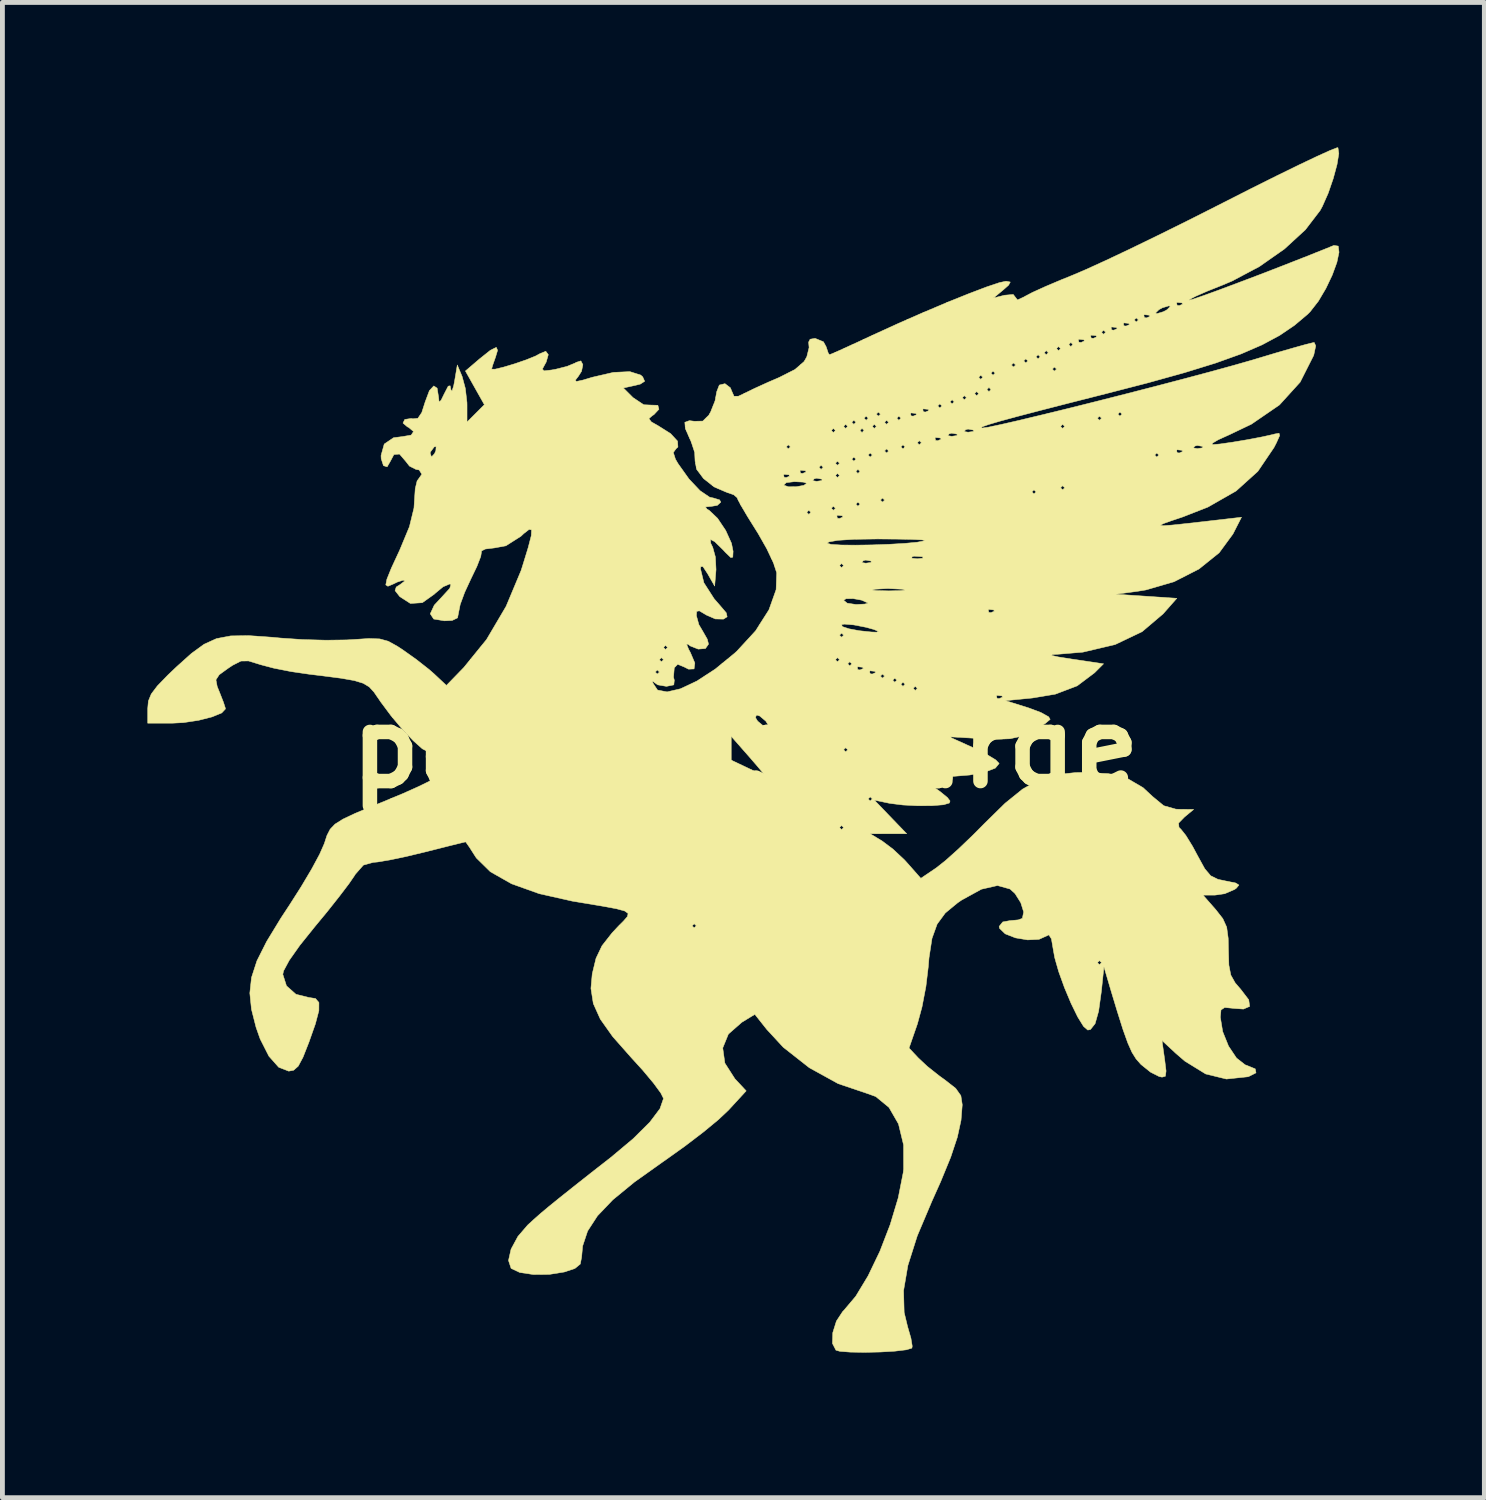
<source format=kicad_pcb>
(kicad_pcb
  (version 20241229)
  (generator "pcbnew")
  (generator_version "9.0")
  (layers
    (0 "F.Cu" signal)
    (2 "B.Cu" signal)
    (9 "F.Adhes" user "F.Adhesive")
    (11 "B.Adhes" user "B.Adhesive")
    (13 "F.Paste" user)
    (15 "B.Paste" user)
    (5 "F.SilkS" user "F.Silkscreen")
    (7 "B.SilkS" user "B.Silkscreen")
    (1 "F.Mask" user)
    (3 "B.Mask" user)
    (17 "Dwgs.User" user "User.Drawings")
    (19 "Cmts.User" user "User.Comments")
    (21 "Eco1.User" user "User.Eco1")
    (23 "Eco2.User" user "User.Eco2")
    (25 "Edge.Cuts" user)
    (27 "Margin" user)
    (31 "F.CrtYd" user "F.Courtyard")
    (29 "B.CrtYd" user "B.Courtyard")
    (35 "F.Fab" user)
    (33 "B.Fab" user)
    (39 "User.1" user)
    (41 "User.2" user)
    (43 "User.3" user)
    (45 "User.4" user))
  (footprint "pegasus_large"
    (layer "F.Cu")
    (at 12.366 12.415)
    (property "Reference" "pegasus_large" (at 0 0 0) (layer "F.SilkS") (effects (font (size 1.524 1.524) (thickness 0.3))))
    (attr through_hole)
    (fp_poly (pts (xy 12.274 -12.291) (xy 12.237 -12.063) (xy 12.159 -11.774) (xy 12.054 -11.469) (xy 11.933 -11.196) (xy 11.888 -11.113) (xy 11.583 -10.714) (xy 11.151 -10.317) (xy 10.632 -9.953) (xy 10.067 -9.653) (xy 9.859 -9.565) (xy 9.548 -9.441) (xy 9.313 -9.338) (xy 9.186 -9.271) (xy 9.174 -9.256) (xy 9.256 -9.276) (xy 9.47 -9.349) (xy 9.787 -9.464) (xy 10.182 -9.612) (xy 10.626 -9.78) (xy 11.094 -9.961) (xy 11.558 -10.143) (xy 11.992 -10.316) (xy 12.171 -10.389) (xy 12.262 -10.375) (xy 12.278 -10.248) (xy 12.234 -10.038) (xy 12.139 -9.778) (xy 12.007 -9.5) (xy 11.851 -9.236) (xy 11.68 -9.017) (xy 11.627 -8.964) (xy 11.355 -8.735) (xy 11.048 -8.527) (xy 10.686 -8.333) (xy 10.252 -8.145) (xy 9.725 -7.956) (xy 9.087 -7.759) (xy 8.318 -7.545) (xy 7.474 -7.327) (xy 6.702 -7.131) (xy 6.084 -6.972) (xy 5.606 -6.847) (xy 5.258 -6.752) (xy 5.028 -6.684) (xy 4.904 -6.64) (xy 4.874 -6.617) (xy 4.897 -6.612) (xy 5.021 -6.629) (xy 5.102 -6.646) (xy 6.519 -6.646) (xy 6.562 -6.604) (xy 6.604 -6.646) (xy 6.562 -6.689) (xy 6.519 -6.646) (xy 5.102 -6.646) (xy 5.286 -6.685) (xy 5.667 -6.772) (xy 5.848 -6.816) (xy 7.281 -6.816) (xy 7.324 -6.773) (xy 7.366 -6.816) (xy 7.324 -6.858) (xy 7.281 -6.816) (xy 5.848 -6.816) (xy 6.141 -6.886) (xy 6.2 -6.9) (xy 7.705 -6.9) (xy 7.747 -6.858) (xy 7.789 -6.9) (xy 7.747 -6.943) (xy 7.705 -6.9) (xy 6.2 -6.9) (xy 6.686 -7.019) (xy 7.277 -7.167) (xy 7.891 -7.323) (xy 8.504 -7.481) (xy 9.094 -7.636) (xy 9.637 -7.781) (xy 10.109 -7.911) (xy 10.487 -8.019) (xy 10.563 -8.042) (xy 10.976 -8.166) (xy 11.333 -8.269) (xy 11.601 -8.344) (xy 11.749 -8.38) (xy 11.765 -8.382) (xy 11.796 -8.312) (xy 11.758 -8.131) (xy 11.75 -8.107) (xy 11.474 -7.561) (xy 11.046 -7.09) (xy 10.466 -6.692) (xy 10.01 -6.474) (xy 9.782 -6.371) (xy 9.656 -6.297) (xy 9.658 -6.269) (xy 9.815 -6.282) (xy 10.079 -6.32) (xy 10.39 -6.372) (xy 10.688 -6.429) (xy 10.913 -6.479) (xy 10.949 -6.489) (xy 11.038 -6.505) (xy 11.05 -6.456) (xy 10.984 -6.308) (xy 10.933 -6.209) (xy 10.599 -5.716) (xy 10.149 -5.31) (xy 9.566 -4.977) (xy 9.044 -4.773) (xy 8.799 -4.691) (xy 8.641 -4.634) (xy 8.584 -4.602) (xy 8.64 -4.592) (xy 8.822 -4.605) (xy 9.143 -4.639) (xy 9.617 -4.693) (xy 9.766 -4.71) (xy 10.261 -4.767) (xy 10.084 -4.42) (xy 9.799 -4.032) (xy 9.381 -3.696) (xy 8.865 -3.433) (xy 8.285 -3.264) (xy 8.107 -3.235) (xy 7.662 -3.175) (xy 8.293 -3.133) (xy 8.923 -3.09) (xy 8.639 -2.768) (xy 8.205 -2.4) (xy 7.647 -2.134) (xy 6.981 -1.977) (xy 6.494 -1.936) (xy 6.347 -1.927) (xy 6.336 -1.909) (xy 6.473 -1.878) (xy 6.768 -1.831) (xy 6.773 -1.831) (xy 7.408 -1.736) (xy 7.222 -1.55) (xy 6.863 -1.28) (xy 6.41 -1.108) (xy 5.938 -1.029) (xy 5.38 -0.974) (xy 5.867 -0.821) (xy 6.114 -0.728) (xy 6.271 -0.641) (xy 6.304 -0.587) (xy 6.203 -0.502) (xy 6.007 -0.382) (xy 5.905 -0.328) (xy 5.691 -0.234) (xy 5.473 -0.186) (xy 5.193 -0.176) (xy 4.884 -0.188) (xy 4.212 -0.227) (xy 4.731 0.008) (xy 4.992 0.138) (xy 5.179 0.252) (xy 5.249 0.325) (xy 5.17 0.421) (xy 4.956 0.503) (xy 4.641 0.564) (xy 4.26 0.595) (xy 4.157 0.597) (xy 3.866 0.603) (xy 3.719 0.619) (xy 3.692 0.654) (xy 3.76 0.715) (xy 3.768 0.72) (xy 4.032 0.91) (xy 4.179 1.03) (xy 4.233 1.101) (xy 4.219 1.143) (xy 4.099 1.179) (xy 3.863 1.198) (xy 3.565 1.2) (xy 3.257 1.184) (xy 2.993 1.151) (xy 2.961 1.145) (xy 2.667 1.083) (xy 3.336 1.778) (xy 2.959 1.778) (xy 2.582 1.779) (xy 2.836 1.934) (xy 3.053 2.097) (xy 3.289 2.318) (xy 3.359 2.395) (xy 3.629 2.701) (xy 3.948 2.485) (xy 4.139 2.334) (xy 4.406 2.095) (xy 4.71 1.804) (xy 4.95 1.562) (xy 5.371 1.149) (xy 5.733 0.856) (xy 6.072 0.666) (xy 6.424 0.557) (xy 6.827 0.514) (xy 7.009 0.51) (xy 7.516 0.539) (xy 7.907 0.639) (xy 8.226 0.826) (xy 8.419 1.006) (xy 8.653 1.199) (xy 8.903 1.27) (xy 8.969 1.273) (xy 9.271 1.276) (xy 9.082 1.433) (xy 8.96 1.558) (xy 8.968 1.646) (xy 9.01 1.688) (xy 9.11 1.813) (xy 9.248 2.037) (xy 9.358 2.242) (xy 9.501 2.502) (xy 9.624 2.648) (xy 9.775 2.722) (xy 9.934 2.756) (xy 10.143 2.798) (xy 10.208 2.84) (xy 10.154 2.905) (xy 10.118 2.931) (xy 9.914 3.019) (xy 9.712 3.048) (xy 9.465 3.048) (xy 9.728 3.347) (xy 9.875 3.535) (xy 9.955 3.711) (xy 9.986 3.942) (xy 9.991 4.185) (xy 10 4.496) (xy 10.04 4.702) (xy 10.131 4.864) (xy 10.244 4.995) (xy 10.411 5.213) (xy 10.43 5.35) (xy 10.301 5.405) (xy 10.107 5.391) (xy 9.914 5.372) (xy 9.837 5.423) (xy 9.823 5.572) (xy 9.872 5.871) (xy 9.993 6.171) (xy 10.158 6.418) (xy 10.338 6.559) (xy 10.366 6.568) (xy 10.546 6.642) (xy 10.561 6.724) (xy 10.41 6.8) (xy 10.393 6.805) (xy 9.949 6.852) (xy 9.52 6.747) (xy 9.09 6.482) (xy 8.901 6.319) (xy 8.616 6.054) (xy 8.672 6.449) (xy 8.701 6.686) (xy 8.687 6.794) (xy 8.618 6.813) (xy 8.558 6.8) (xy 8.38 6.71) (xy 8.185 6.553) (xy 8.177 6.545) (xy 8.081 6.436) (xy 7.996 6.3) (xy 7.91 6.107) (xy 7.811 5.831) (xy 7.688 5.441) (xy 7.566 5.038) (xy 7.416 4.53) (xy 7.363 5.038) (xy 7.306 5.449) (xy 7.233 5.707) (xy 7.138 5.827) (xy 7.082 5.839) (xy 6.994 5.763) (xy 6.872 5.565) (xy 6.735 5.284) (xy 6.599 4.96) (xy 6.481 4.633) (xy 6.427 4.445) (xy 7.281 4.445) (xy 7.324 4.487) (xy 7.366 4.445) (xy 7.324 4.403) (xy 7.281 4.445) (xy 6.427 4.445) (xy 6.398 4.342) (xy 6.371 4.193) (xy 6.33 3.953) (xy 6.277 3.87) (xy 6.237 3.889) (xy 6.073 3.963) (xy 5.838 3.974) (xy 5.586 3.932) (xy 5.374 3.849) (xy 5.257 3.736) (xy 5.249 3.696) (xy 5.323 3.603) (xy 5.465 3.577) (xy 5.646 3.56) (xy 5.729 3.528) (xy 5.756 3.397) (xy 5.696 3.205) (xy 5.577 3.016) (xy 5.474 2.922) (xy 5.215 2.85) (xy 4.882 2.926) (xy 4.472 3.151) (xy 4.388 3.209) (xy 4.135 3.418) (xy 3.966 3.648) (xy 3.86 3.943) (xy 3.798 4.347) (xy 3.783 4.53) (xy 3.734 4.939) (xy 3.653 5.362) (xy 3.559 5.708) (xy 3.559 5.709) (xy 3.385 6.211) (xy 3.577 6.416) (xy 3.763 6.59) (xy 4.014 6.789) (xy 4.128 6.871) (xy 4.35 7.045) (xy 4.457 7.196) (xy 4.485 7.379) (xy 4.485 7.391) (xy 4.46 7.707) (xy 4.384 8.055) (xy 4.247 8.468) (xy 4.039 8.975) (xy 3.859 9.377) (xy 3.555 10.096) (xy 3.361 10.707) (xy 3.272 11.228) (xy 3.284 11.679) (xy 3.355 11.973) (xy 3.424 12.211) (xy 3.451 12.376) (xy 3.444 12.417) (xy 3.329 12.452) (xy 3.094 12.48) (xy 2.79 12.498) (xy 2.465 12.505) (xy 2.169 12.5) (xy 1.953 12.483) (xy 1.873 12.46) (xy 1.801 12.32) (xy 1.808 12.098) (xy 1.883 11.858) (xy 2.014 11.659) (xy 2.033 11.641) (xy 2.283 11.345) (xy 2.538 10.923) (xy 2.782 10.415) (xy 2.995 9.863) (xy 3.162 9.308) (xy 3.264 8.791) (xy 3.273 8.712) (xy 3.272 8.215) (xy 3.167 7.781) (xy 2.97 7.439) (xy 2.696 7.214) (xy 2.518 7.15) (xy 1.918 6.947) (xy 1.322 6.618) (xy 0.784 6.195) (xy 0.443 5.826) (xy 0.196 5.514) (xy -0.073 5.678) (xy -0.351 5.922) (xy -0.468 6.209) (xy -0.424 6.523) (xy -0.216 6.848) (xy -0.193 6.872) (xy 0.017 7.097) (xy -0.349 7.495) (xy -0.559 7.693) (xy -0.872 7.951) (xy -1.248 8.238) (xy -1.647 8.523) (xy -1.709 8.566) (xy -2.296 8.984) (xy -2.742 9.35) (xy -3.059 9.682) (xy -3.263 9.996) (xy -3.366 10.306) (xy -3.387 10.535) (xy -3.414 10.678) (xy -3.526 10.77) (xy -3.745 10.843) (xy -4.057 10.893) (xy -4.384 10.895) (xy -4.666 10.853) (xy -4.844 10.769) (xy -4.845 10.768) (xy -4.899 10.605) (xy -4.846 10.37) (xy -4.704 10.107) (xy -4.502 9.872) (xy -4.37 9.751) (xy -4.232 9.629) (xy -4.066 9.49) (xy -3.85 9.315) (xy -3.563 9.086) (xy -3.183 8.786) (xy -2.776 8.468) (xy -2.317 8.083) (xy -1.977 7.745) (xy -1.766 7.465) (xy -1.693 7.254) (xy -1.749 7.141) (xy -1.899 6.937) (xy -2.121 6.671) (xy -2.365 6.403) (xy -2.744 5.974) (xy -3 5.613) (xy -3.145 5.291) (xy -3.194 4.977) (xy -3.167 4.677) (xy -3.089 4.355) (xy -2.965 4.095) (xy -2.757 3.83) (xy -2.644 3.709) (xy -2.619 3.683) (xy -1.101 3.683) (xy -1.058 3.725) (xy -1.016 3.683) (xy -1.058 3.641) (xy -1.101 3.683) (xy -2.619 3.683) (xy -2.519 3.583) (xy -2.44 3.492) (xy -2.425 3.428) (xy -2.494 3.377) (xy -2.665 3.33) (xy -2.957 3.276) (xy -3.39 3.204) (xy -3.581 3.172) (xy -4.265 3.018) (xy -4.835 2.814) (xy -5.274 2.565) (xy -5.564 2.28) (xy -5.591 2.239) (xy -5.707 2.057) (xy -5.779 1.955) (xy -5.787 1.947) (xy -5.871 1.967) (xy -6.083 2.019) (xy -6.388 2.096) (xy -6.638 2.159) (xy -7.017 2.25) (xy -7.356 2.321) (xy -7.608 2.363) (xy -7.697 2.371) (xy -7.9 2.427) (xy -8.068 2.618) (xy -8.082 2.642) (xy -8.2 2.814) (xy -8.4 3.077) (xy -8.652 3.395) (xy -8.905 3.701) (xy -9.215 4.087) (xy -9.434 4.397) (xy -9.551 4.615) (xy -9.567 4.687) (xy -9.491 4.925) (xy -9.295 5.099) (xy -9.031 5.165) (xy -8.89 5.187) (xy -8.82 5.27) (xy -8.821 5.437) (xy -8.893 5.711) (xy -9.027 6.091) (xy -9.15 6.403) (xy -9.248 6.586) (xy -9.343 6.67) (xy -9.444 6.689) (xy -9.652 6.608) (xy -9.855 6.379) (xy -10.035 6.024) (xy -10.12 5.783) (xy -10.215 5.409) (xy -10.249 5.075) (xy -10.214 4.752) (xy -10.102 4.407) (xy -9.902 4.009) (xy -9.608 3.526) (xy -9.433 3.26) (xy -9.189 2.877) (xy -8.972 2.512) (xy -8.805 2.202) (xy -8.711 1.989) (xy -8.707 1.978) (xy -8.653 1.812) (xy -8.588 1.686) (xy -8.555 1.651) (xy 1.947 1.651) (xy 1.99 1.693) (xy 2.032 1.651) (xy 1.99 1.609) (xy 1.947 1.651) (xy -8.555 1.651) (xy -8.487 1.58) (xy -8.322 1.476) (xy -8.068 1.356) (xy -7.697 1.201) (xy -7.443 1.098) (xy -7.349 1.058) (xy 2.54 1.058) (xy 2.582 1.101) (xy 2.625 1.058) (xy 2.582 1.016) (xy 2.54 1.058) (xy -7.349 1.058) (xy -7.079 0.946) (xy -6.769 0.807) (xy -6.549 0.7) (xy -6.462 0.646) (xy -6.405 0.507) (xy -6.411 0.319) (xy -6.468 0.154) (xy -6.561 0.085) (xy -6.6 0.064) (xy -0.56 0.064) (xy -0.55 0.138) (xy -0.431 0.191) (xy -0.215 0.293) (xy -0.042 0.375) (xy 0.195 0.488) (xy 0.36 0.565) (xy 0.409 0.586) (xy 0.373 0.532) (xy 0.25 0.384) (xy 0.07 0.176) (xy -0.048 0.042) (xy 2.032 0.042) (xy 2.074 0.085) (xy 2.117 0.042) (xy 2.074 0) (xy 2.032 0.042) (xy -0.048 0.042) (xy -0.296 -0.24) (xy -0.466 -0.068) (xy -0.56 0.064) (xy -6.6 0.064) (xy -6.681 0.022) (xy -6.869 -0.146) (xy -7.012 -0.296) (xy 4.064 -0.296) (xy 4.106 -0.254) (xy 4.149 -0.296) (xy 4.106 -0.339) (xy 4.064 -0.296) (xy -7.012 -0.296) (xy -7.097 -0.386) (xy -7.299 -0.626) (xy 0.207 -0.626) (xy 0.254 -0.55) (xy 0.381 -0.444) (xy 0.444 -0.423) (xy 0.47 -0.474) (xy 0.423 -0.55) (xy 0.296 -0.657) (xy 0.233 -0.677) (xy 0.207 -0.626) (xy -7.299 -0.626) (xy -7.332 -0.666) (xy -7.545 -0.952) (xy -7.579 -1.003) (xy -7.627 -1.072) (xy 5.193 -1.072) (xy 5.205 -1.022) (xy 5.249 -1.016) (xy 5.319 -1.047) (xy 5.306 -1.072) (xy 5.205 -1.083) (xy 5.193 -1.072) (xy -7.627 -1.072) (xy -7.681 -1.151) (xy -7.779 -1.258) (xy -7.903 -1.333) (xy -8.086 -1.389) (xy -8.358 -1.437) (xy -8.751 -1.488) (xy -9.017 -1.52) (xy -9.394 -1.575) (xy -9.754 -1.646) (xy -10.026 -1.718) (xy -10.045 -1.724) (xy -10.275 -1.795) (xy -10.432 -1.793) (xy -10.602 -1.707) (xy -10.697 -1.644) (xy -10.882 -1.51) (xy -10.95 -1.405) (xy -10.924 -1.267) (xy -10.875 -1.146) (xy -10.795 -0.942) (xy -10.754 -0.814) (xy -10.753 -0.803) (xy -10.83 -0.72) (xy -11.03 -0.638) (xy -11.309 -0.567) (xy -11.621 -0.52) (xy -11.851 -0.508) (xy -12.361 -0.508) (xy -12.361 -0.81) (xy -12.347 -0.966) (xy -12.288 -1.111) (xy -12.162 -1.278) (xy -11.945 -1.502) (xy -11.76 -1.678) (xy -11.457 -1.95) (xy -11.196 -2.14) (xy -10.939 -2.257) (xy -10.645 -2.313) (xy -10.274 -2.319) (xy -9.788 -2.285) (xy -9.61 -2.268) (xy -9.154 -2.237) (xy -8.673 -2.224) (xy -8.248 -2.23) (xy -8.122 -2.237) (xy -7.788 -2.259) (xy -7.563 -2.251) (xy -7.387 -2.203) (xy -7.202 -2.101) (xy -7.087 -2.026) (xy -6.807 -1.827) (xy -6.541 -1.618) (xy -6.437 -1.527) (xy -6.183 -1.289) (xy -5.914 -1.566) (xy -1.863 -1.566) (xy -1.82 -1.524) (xy -1.778 -1.566) (xy -1.82 -1.609) (xy -1.863 -1.566) (xy -5.914 -1.566) (xy -5.822 -1.661) (xy -5.693 -1.82) (xy -1.778 -1.82) (xy -1.736 -1.778) (xy -1.693 -1.82) (xy -1.736 -1.863) (xy -1.778 -1.82) (xy -5.693 -1.82) (xy -5.487 -2.074) (xy -1.693 -2.074) (xy -1.651 -2.032) (xy -1.609 -2.074) (xy -1.651 -2.117) (xy -1.693 -2.074) (xy -5.487 -2.074) (xy -5.354 -2.237) (xy -4.949 -2.924) (xy -4.639 -3.664) (xy -4.612 -3.749) (xy -4.492 -4.139) (xy -4.428 -4.386) (xy -4.422 -4.506) (xy -4.473 -4.515) (xy -4.583 -4.43) (xy -4.642 -4.374) (xy -4.952 -4.177) (xy -5.189 -4.133) (xy -5.378 -4.11) (xy -5.459 -4.069) (xy -5.457 -4.057) (xy -5.473 -3.955) (xy -5.553 -3.749) (xy -5.672 -3.502) (xy -5.805 -3.215) (xy -5.898 -2.963) (xy -5.927 -2.818) (xy -5.953 -2.686) (xy -6.063 -2.633) (xy -6.223 -2.625) (xy -6.446 -2.662) (xy -6.517 -2.77) (xy -6.435 -2.948) (xy -6.256 -3.141) (xy -6.114 -3.296) (xy -6.089 -3.379) (xy -6.115 -3.387) (xy -6.252 -3.329) (xy -6.421 -3.189) (xy -6.435 -3.175) (xy -6.681 -3) (xy -6.928 -2.984) (xy -7.147 -3.125) (xy -7.245 -3.25) (xy -7.221 -3.324) (xy -7.139 -3.376) (xy -7.044 -3.449) (xy -7.075 -3.466) (xy -7.198 -3.427) (xy -7.287 -3.384) (xy -7.393 -3.34) (xy -7.437 -3.368) (xy -7.414 -3.486) (xy -7.322 -3.715) (xy -7.156 -4.073) (xy -7.147 -4.093) (xy -6.948 -4.572) (xy -6.854 -4.958) (xy -6.844 -5.117) (xy -6.828 -5.358) (xy -6.789 -5.52) (xy -6.766 -5.55) (xy -6.691 -5.657) (xy -6.747 -5.745) (xy -6.813 -5.757) (xy -6.947 -5.825) (xy -7.027 -5.927) (xy -7.153 -6.074) (xy -7.269 -6.064) (xy -7.341 -5.928) (xy -7.409 -5.81) (xy -7.485 -5.834) (xy -7.532 -5.978) (xy -7.535 -6.042) (xy -7.522 -6.091) (xy -6.519 -6.091) (xy -6.492 -6.014) (xy -6.43 -6.081) (xy -6.402 -6.143) (xy -6.396 -6.23) (xy -6.436 -6.222) (xy -6.516 -6.114) (xy -6.519 -6.091) (xy -7.522 -6.091) (xy -7.469 -6.281) (xy -7.276 -6.412) (xy -7.095 -6.435) (xy -6.912 -6.466) (xy -6.863 -6.54) (xy -6.963 -6.625) (xy -6.99 -6.637) (xy -7.081 -6.715) (xy -7.044 -6.79) (xy -6.912 -6.81) (xy -6.877 -6.803) (xy -6.773 -6.814) (xy -6.693 -6.932) (xy -6.622 -7.154) (xy -6.535 -7.386) (xy -6.445 -7.483) (xy -6.375 -7.437) (xy -6.346 -7.255) (xy -6.335 -7.151) (xy -6.294 -7.185) (xy -6.226 -7.324) (xy -6.146 -7.478) (xy -6.106 -7.486) (xy -6.091 -7.408) (xy -6.068 -7.375) (xy -6.033 -7.485) (xy -6.015 -7.578) (xy -5.958 -7.916) (xy -5.858 -7.678) (xy -5.792 -7.433) (xy -5.758 -7.139) (xy -5.757 -7.088) (xy -5.757 -6.736) (xy -5.398 -7.095) (xy -5.594 -7.443) (xy -5.79 -7.792) (xy -5.499 -8.041) (xy -5.272 -8.222) (xy -5.151 -8.281) (xy -5.125 -8.22) (xy -5.167 -8.08) (xy -5.227 -7.91) (xy -5.249 -7.831) (xy -5.179 -7.829) (xy -5.001 -7.872) (xy -4.768 -7.942) (xy -4.53 -8.024) (xy -4.338 -8.102) (xy -4.252 -8.149) (xy -4.128 -8.2) (xy -4.076 -8.13) (xy -4.12 -7.976) (xy -4.138 -7.944) (xy -4.198 -7.833) (xy -4.165 -7.795) (xy -4.007 -7.813) (xy -3.923 -7.828) (xy -3.687 -7.888) (xy -3.52 -7.957) (xy -3.501 -7.97) (xy -3.402 -8.001) (xy -3.361 -7.923) (xy -3.388 -7.787) (xy -3.453 -7.684) (xy -3.517 -7.601) (xy -3.495 -7.575) (xy -3.36 -7.604) (xy -3.167 -7.662) (xy -2.731 -7.763) (xy -2.389 -7.779) (xy -2.165 -7.708) (xy -2.123 -7.67) (xy -2.083 -7.579) (xy -2.173 -7.521) (xy -2.273 -7.496) (xy -2.523 -7.441) (xy -2.323 -7.241) (xy -2.102 -7.094) (xy -1.951 -7.087) (xy -1.81 -7.083) (xy -1.788 -7) (xy -1.892 -6.889) (xy -1.92 -6.872) (xy -1.995 -6.808) (xy -1.946 -6.74) (xy -1.808 -6.662) (xy -1.546 -6.497) (xy -1.403 -6.342) (xy -1.395 -6.22) (xy -1.433 -6.185) (xy -1.49 -6.106) (xy -1.446 -5.968) (xy -1.391 -5.874) (xy -1.165 -5.557) (xy -0.937 -5.316) (xy -0.739 -5.182) (xy -0.661 -5.165) (xy -0.533 -5.126) (xy -0.508 -5.08) (xy -0.58 -5.013) (xy -0.699 -4.993) (xy -0.825 -4.981) (xy -0.795 -4.937) (xy -0.747 -4.908) (xy -0.575 -4.745) (xy -0.407 -4.494) (xy -0.287 -4.229) (xy -0.254 -4.063) (xy -0.26 -3.942) (xy -0.301 -3.933) (xy -0.413 -4.041) (xy -0.462 -4.094) (xy -0.635 -4.263) (xy -0.723 -4.309) (xy -0.716 -4.229) (xy -0.675 -4.145) (xy -0.62 -3.945) (xy -0.607 -3.686) (xy -0.609 -3.658) (xy -0.635 -3.344) (xy -0.78 -3.598) (xy -0.878 -3.747) (xy -0.922 -3.746) (xy -0.928 -3.699) (xy -0.858 -3.412) (xy -0.645 -3.08) (xy -0.527 -2.945) (xy -0.395 -2.79) (xy -0.377 -2.708) (xy -0.453 -2.66) (xy -0.621 -2.664) (xy -0.805 -2.744) (xy -0.953 -2.832) (xy -1.007 -2.82) (xy -1.013 -2.732) (xy -0.962 -2.547) (xy -0.886 -2.418) (xy -0.788 -2.246) (xy -0.762 -2.143) (xy -0.826 -2.052) (xy -0.975 -2.04) (xy -1.141 -2.106) (xy -1.18 -2.138) (xy -1.217 -2.144) (xy -1.172 -2.033) (xy -1.138 -1.971) (xy -1.045 -1.752) (xy -1.061 -1.63) (xy -1.175 -1.625) (xy -1.266 -1.671) (xy -1.4 -1.726) (xy -1.469 -1.654) (xy -1.471 -1.647) (xy -1.486 -1.46) (xy -1.47 -1.397) (xy -1.48 -1.3) (xy -1.63 -1.27) (xy -1.635 -1.27) (xy -1.813 -1.301) (xy -1.892 -1.357) (xy -1.919 -1.378) (xy -1.915 -1.342) (xy -1.817 -1.193) (xy -1.619 -1.155) (xy -1.34 -1.22) (xy -1.324 -1.228) (xy 3.471 -1.228) (xy 3.514 -1.185) (xy 3.556 -1.228) (xy 3.514 -1.27) (xy 3.471 -1.228) (xy -1.324 -1.228) (xy -1.145 -1.312) (xy 3.217 -1.312) (xy 3.26 -1.27) (xy 3.302 -1.312) (xy 3.26 -1.355) (xy 3.217 -1.312) (xy -1.145 -1.312) (xy -1 -1.381) (xy -0.975 -1.397) (xy 3.048 -1.397) (xy 3.09 -1.355) (xy 3.133 -1.397) (xy 3.09 -1.439) (xy 3.048 -1.397) (xy -0.975 -1.397) (xy -0.845 -1.482) (xy 2.794 -1.482) (xy 2.836 -1.439) (xy 2.879 -1.482) (xy 2.836 -1.524) (xy 2.794 -1.482) (xy -0.845 -1.482) (xy -0.694 -1.58) (xy 2.568 -1.58) (xy 2.58 -1.53) (xy 2.625 -1.524) (xy 2.694 -1.555) (xy 2.681 -1.58) (xy 2.581 -1.591) (xy 2.568 -1.58) (xy -0.694 -1.58) (xy -0.62 -1.629) (xy -0.576 -1.665) (xy 2.314 -1.665) (xy 2.326 -1.615) (xy 2.371 -1.609) (xy 2.44 -1.64) (xy 2.427 -1.665) (xy 2.327 -1.675) (xy 2.314 -1.665) (xy -0.576 -1.665) (xy -0.49 -1.736) (xy 2.117 -1.736) (xy 2.159 -1.693) (xy 2.201 -1.736) (xy 2.159 -1.778) (xy 2.117 -1.736) (xy -0.49 -1.736) (xy -0.386 -1.82) (xy 1.863 -1.82) (xy 1.905 -1.778) (xy 1.947 -1.82) (xy 1.905 -1.863) (xy 1.863 -1.82) (xy -0.386 -1.82) (xy -0.22 -1.957) (xy -0.176 -1.997) (xy 0.129 -2.328) (xy 1.947 -2.328) (xy 1.99 -2.286) (xy 2.032 -2.328) (xy 1.99 -2.371) (xy 1.947 -2.328) (xy 0.129 -2.328) (xy 0.213 -2.42) (xy 0.293 -2.547) (xy 1.99 -2.547) (xy 2.005 -2.506) (xy 2.143 -2.46) (xy 2.358 -2.42) (xy 2.605 -2.394) (xy 2.709 -2.39) (xy 2.756 -2.405) (xy 2.659 -2.446) (xy 2.498 -2.491) (xy 2.24 -2.541) (xy 2.048 -2.557) (xy 1.99 -2.547) (xy 0.293 -2.547) (xy 0.486 -2.85) (xy 5.024 -2.85) (xy 5.035 -2.8) (xy 5.08 -2.794) (xy 5.15 -2.825) (xy 5.136 -2.85) (xy 5.036 -2.861) (xy 5.024 -2.85) (xy 0.486 -2.85) (xy 0.488 -2.854) (xy 0.558 -3.05) (xy 2.032 -3.05) (xy 2.106 -2.99) (xy 2.285 -2.963) (xy 2.3 -2.963) (xy 2.473 -2.972) (xy 2.535 -2.991) (xy 2.533 -2.994) (xy 2.406 -3.052) (xy 2.231 -3.084) (xy 2.083 -3.083) (xy 2.032 -3.05) (xy 0.558 -3.05) (xy 0.633 -3.262) (xy 2.624 -3.262) (xy 2.711 -3.25) (xy 2.929 -3.245) (xy 2.963 -3.244) (xy 3.196 -3.249) (xy 3.3 -3.26) (xy 3.255 -3.276) (xy 3.239 -3.279) (xy 2.942 -3.293) (xy 2.688 -3.279) (xy 2.624 -3.262) (xy 0.633 -3.262) (xy 0.636 -3.271) (xy 0.648 -3.618) (xy 0.599 -3.768) (xy 1.947 -3.768) (xy 1.99 -3.725) (xy 2.032 -3.768) (xy 1.99 -3.81) (xy 1.947 -3.768) (xy 0.599 -3.768) (xy 0.581 -3.825) (xy 0.578 -3.83) (xy 2.407 -3.83) (xy 2.491 -3.817) (xy 2.6 -3.832) (xy 2.602 -3.861) (xy 2.488 -3.881) (xy 2.439 -3.868) (xy 2.407 -3.83) (xy 0.578 -3.83) (xy 0.535 -3.92) (xy 3.44 -3.92) (xy 3.556 -3.908) (xy 3.676 -3.921) (xy 3.662 -3.951) (xy 3.488 -3.962) (xy 3.45 -3.951) (xy 3.44 -3.92) (xy 0.535 -3.92) (xy 0.443 -4.115) (xy 0.378 -4.23) (xy 1.693 -4.23) (xy 1.771 -4.206) (xy 1.978 -4.193) (xy 2.274 -4.19) (xy 2.62 -4.195) (xy 2.976 -4.208) (xy 3.301 -4.227) (xy 3.557 -4.251) (xy 3.703 -4.279) (xy 3.718 -4.287) (xy 3.653 -4.299) (xy 3.45 -4.309) (xy 3.139 -4.315) (xy 2.752 -4.318) (xy 2.723 -4.318) (xy 2.248 -4.311) (xy 1.912 -4.29) (xy 1.727 -4.257) (xy 1.693 -4.23) (xy 0.378 -4.23) (xy 0.262 -4.434) (xy 0.216 -4.507) (xy 0.04 -4.789) (xy 0.035 -4.798) (xy 1.891 -4.798) (xy 1.903 -4.747) (xy 1.947 -4.741) (xy 2.017 -4.772) (xy 2.004 -4.798) (xy 1.903 -4.808) (xy 1.891 -4.798) (xy 0.035 -4.798) (xy -0.006 -4.868) (xy 1.27 -4.868) (xy 1.312 -4.826) (xy 1.355 -4.868) (xy 1.312 -4.911) (xy 1.27 -4.868) (xy -0.006 -4.868) (xy -0.056 -4.953) (xy 1.778 -4.953) (xy 1.82 -4.911) (xy 1.863 -4.953) (xy 1.82 -4.995) (xy 1.778 -4.953) (xy -0.056 -4.953) (xy -0.094 -5.016) (xy -0.105 -5.038) (xy 2.286 -5.038) (xy 2.328 -4.995) (xy 2.371 -5.038) (xy 2.328 -5.08) (xy 2.286 -5.038) (xy -0.105 -5.038) (xy -0.149 -5.122) (xy 2.794 -5.122) (xy 2.836 -5.08) (xy 2.879 -5.122) (xy 2.836 -5.165) (xy 2.794 -5.122) (xy -0.149 -5.122) (xy -0.164 -5.152) (xy -0.169 -5.17) (xy -0.241 -5.232) (xy -0.402 -5.289) (xy -0.409 -5.292) (xy 5.927 -5.292) (xy 5.969 -5.249) (xy 6.011 -5.292) (xy 5.969 -5.334) (xy 5.927 -5.292) (xy -0.409 -5.292) (xy -0.603 -5.376) (xy 6.519 -5.376) (xy 6.562 -5.334) (xy 6.604 -5.376) (xy 6.562 -5.419) (xy 6.519 -5.376) (xy -0.603 -5.376) (xy -0.648 -5.396) (xy -0.696 -5.434) (xy 0.795 -5.434) (xy 0.797 -5.43) (xy 0.892 -5.397) (xy 1.057 -5.399) (xy 1.21 -5.427) (xy 1.27 -5.471) (xy 1.196 -5.494) (xy 1.018 -5.503) (xy 1.011 -5.503) (xy 0.846 -5.483) (xy 0.795 -5.434) (xy -0.696 -5.434) (xy -0.809 -5.524) (xy 1.391 -5.524) (xy 1.475 -5.51) (xy 1.584 -5.526) (xy 1.586 -5.554) (xy 1.472 -5.575) (xy 1.423 -5.561) (xy 1.391 -5.524) (xy -0.809 -5.524) (xy -0.865 -5.567) (xy -0.922 -5.644) (xy 0.79 -5.644) (xy 0.802 -5.594) (xy 0.847 -5.588) (xy 0.916 -5.619) (xy 0.91 -5.63) (xy 1.863 -5.63) (xy 1.905 -5.588) (xy 1.947 -5.63) (xy 1.905 -5.673) (xy 1.863 -5.63) (xy 0.91 -5.63) (xy 0.903 -5.644) (xy 0.803 -5.655) (xy 0.79 -5.644) (xy -0.922 -5.644) (xy -0.986 -5.729) (xy 1.129 -5.729) (xy 1.141 -5.679) (xy 1.185 -5.673) (xy 1.255 -5.704) (xy 1.249 -5.715) (xy 2.286 -5.715) (xy 2.328 -5.673) (xy 2.371 -5.715) (xy 2.328 -5.757) (xy 2.286 -5.715) (xy 1.249 -5.715) (xy 1.242 -5.729) (xy 1.141 -5.739) (xy 1.129 -5.729) (xy -0.986 -5.729) (xy -1.009 -5.76) (xy -1.016 -5.8) (xy 1.524 -5.8) (xy 1.566 -5.757) (xy 1.609 -5.8) (xy 1.566 -5.842) (xy 1.524 -5.8) (xy -1.016 -5.8) (xy -1.032 -5.884) (xy 1.863 -5.884) (xy 1.905 -5.842) (xy 1.947 -5.884) (xy 1.905 -5.927) (xy 1.863 -5.884) (xy -1.032 -5.884) (xy -1.04 -5.928) (xy -1.042 -5.969) (xy 2.201 -5.969) (xy 2.244 -5.927) (xy 2.286 -5.969) (xy 2.244 -6.011) (xy 2.201 -5.969) (xy -1.042 -5.969) (xy -1.046 -6.054) (xy 2.54 -6.054) (xy 2.582 -6.011) (xy 2.625 -6.054) (xy 8.467 -6.054) (xy 8.509 -6.011) (xy 8.551 -6.054) (xy 8.509 -6.096) (xy 8.467 -6.054) (xy 2.625 -6.054) (xy 2.582 -6.096) (xy 2.54 -6.054) (xy -1.046 -6.054) (xy -1.048 -6.108) (xy -1.058 -6.138) (xy 2.879 -6.138) (xy 2.921 -6.096) (xy 2.963 -6.138) (xy 2.949 -6.152) (xy 8.918 -6.152) (xy 8.93 -6.102) (xy 8.975 -6.096) (xy 9.044 -6.127) (xy 9.031 -6.152) (xy 8.931 -6.163) (xy 8.918 -6.152) (xy 2.949 -6.152) (xy 2.921 -6.181) (xy 2.879 -6.138) (xy -1.058 -6.138) (xy -1.086 -6.223) (xy 0.847 -6.223) (xy 0.889 -6.181) (xy 0.931 -6.223) (xy 3.217 -6.223) (xy 3.26 -6.181) (xy 3.28 -6.201) (xy 9.265 -6.201) (xy 9.349 -6.187) (xy 9.458 -6.203) (xy 9.46 -6.232) (xy 9.346 -6.252) (xy 9.297 -6.239) (xy 9.265 -6.201) (xy 3.28 -6.201) (xy 3.302 -6.223) (xy 3.26 -6.265) (xy 3.217 -6.223) (xy 0.931 -6.223) (xy 0.889 -6.265) (xy 0.847 -6.223) (xy -1.086 -6.223) (xy -1.114 -6.308) (xy 3.556 -6.308) (xy 3.598 -6.265) (xy 3.641 -6.308) (xy 3.598 -6.35) (xy 3.556 -6.308) (xy -1.114 -6.308) (xy -1.124 -6.336) (xy -1.134 -6.358) (xy -1.156 -6.406) (xy 3.923 -6.406) (xy 3.935 -6.356) (xy 3.979 -6.35) (xy 4.049 -6.381) (xy 4.036 -6.406) (xy 3.935 -6.417) (xy 3.923 -6.406) (xy -1.156 -6.406) (xy -1.177 -6.455) (xy 4.185 -6.455) (xy 4.269 -6.441) (xy 4.378 -6.457) (xy 4.38 -6.486) (xy 4.266 -6.506) (xy 4.217 -6.493) (xy 4.185 -6.455) (xy -1.177 -6.455) (xy -1.224 -6.562) (xy 1.778 -6.562) (xy 1.82 -6.519) (xy 1.863 -6.562) (xy 2.371 -6.562) (xy 2.413 -6.519) (xy 2.433 -6.54) (xy 4.524 -6.54) (xy 4.607 -6.526) (xy 4.717 -6.542) (xy 4.718 -6.57) (xy 4.605 -6.591) (xy 4.556 -6.577) (xy 4.524 -6.54) (xy 2.433 -6.54) (xy 2.455 -6.562) (xy 2.413 -6.604) (xy 2.371 -6.562) (xy 1.863 -6.562) (xy 1.82 -6.604) (xy 1.778 -6.562) (xy -1.224 -6.562) (xy -1.242 -6.603) (xy -1.245 -6.646) (xy 2.032 -6.646) (xy 2.074 -6.604) (xy 2.117 -6.646) (xy 2.625 -6.646) (xy 2.667 -6.604) (xy 2.709 -6.646) (xy 2.667 -6.689) (xy 2.625 -6.646) (xy 2.117 -6.646) (xy 2.074 -6.689) (xy 2.032 -6.646) (xy -1.245 -6.646) (xy -1.252 -6.731) (xy -1.251 -6.731) (xy 2.201 -6.731) (xy 2.244 -6.689) (xy 2.286 -6.731) (xy 2.879 -6.731) (xy 2.921 -6.689) (xy 2.963 -6.731) (xy 2.921 -6.773) (xy 2.879 -6.731) (xy 2.286 -6.731) (xy 2.244 -6.773) (xy 2.201 -6.731) (xy -1.251 -6.731) (xy -1.158 -6.765) (xy -1.055 -6.752) (xy -0.88 -6.756) (xy -0.82 -6.816) (xy 2.455 -6.816) (xy 2.498 -6.773) (xy 2.54 -6.816) (xy 3.133 -6.816) (xy 3.175 -6.773) (xy 3.217 -6.816) (xy 3.175 -6.858) (xy 3.133 -6.816) (xy 2.54 -6.816) (xy 2.498 -6.858) (xy 2.455 -6.816) (xy -0.82 -6.816) (xy -0.756 -6.878) (xy -0.744 -6.9) (xy 2.709 -6.9) (xy 2.752 -6.858) (xy 2.794 -6.9) (xy 2.78 -6.914) (xy 3.415 -6.914) (xy 3.427 -6.864) (xy 3.471 -6.858) (xy 3.541 -6.889) (xy 3.528 -6.914) (xy 3.427 -6.925) (xy 3.415 -6.914) (xy 2.78 -6.914) (xy 2.752 -6.943) (xy 2.709 -6.9) (xy -0.744 -6.9) (xy -0.716 -6.95) (xy -0.697 -6.999) (xy 3.669 -6.999) (xy 3.681 -6.949) (xy 3.725 -6.943) (xy 3.795 -6.974) (xy 3.782 -6.999) (xy 3.681 -7.009) (xy 3.669 -6.999) (xy -0.697 -6.999) (xy -0.669 -7.07) (xy 3.979 -7.07) (xy 4.022 -7.027) (xy 4.064 -7.07) (xy 4.022 -7.112) (xy 3.979 -7.07) (xy -0.669 -7.07) (xy -0.635 -7.154) (xy 4.233 -7.154) (xy 4.276 -7.112) (xy 4.318 -7.154) (xy 4.276 -7.197) (xy 4.233 -7.154) (xy -0.635 -7.154) (xy -0.627 -7.176) (xy -0.615 -7.239) (xy 4.487 -7.239) (xy 4.53 -7.197) (xy 4.572 -7.239) (xy 4.53 -7.281) (xy 4.487 -7.239) (xy -0.615 -7.239) (xy -0.593 -7.362) (xy -0.539 -7.501) (xy -0.422 -7.53) (xy -0.31 -7.445) (xy -0.281 -7.374) (xy -0.235 -7.27) (xy -0.145 -7.27) (xy -0.032 -7.324) (xy 4.741 -7.324) (xy 4.784 -7.281) (xy 4.826 -7.324) (xy 4.784 -7.366) (xy 4.741 -7.324) (xy -0.032 -7.324) (xy -0.013 -7.333) (xy 0.142 -7.408) (xy 4.995 -7.408) (xy 5.038 -7.366) (xy 5.08 -7.408) (xy 5.038 -7.451) (xy 4.995 -7.408) (xy 0.142 -7.408) (xy 0.188 -7.431) (xy 0.474 -7.561) (xy 0.699 -7.658) (xy 0.707 -7.662) (xy 4.826 -7.662) (xy 4.868 -7.62) (xy 4.911 -7.662) (xy 4.868 -7.705) (xy 4.826 -7.662) (xy 0.707 -7.662) (xy 0.875 -7.747) (xy 5.08 -7.747) (xy 5.122 -7.705) (xy 5.165 -7.747) (xy 5.122 -7.789) (xy 5.08 -7.747) (xy 0.875 -7.747) (xy 1.027 -7.824) (xy 1.036 -7.832) (xy 6.35 -7.832) (xy 6.392 -7.789) (xy 6.435 -7.832) (xy 6.392 -7.874) (xy 6.35 -7.832) (xy 1.036 -7.832) (xy 1.133 -7.916) (xy 5.503 -7.916) (xy 5.546 -7.874) (xy 5.588 -7.916) (xy 5.546 -7.959) (xy 5.503 -7.916) (xy 1.133 -7.916) (xy 1.215 -7.988) (xy 1.223 -8.001) (xy 5.757 -8.001) (xy 5.8 -7.959) (xy 5.842 -8.001) (xy 5.8 -8.043) (xy 5.757 -8.001) (xy 1.223 -8.001) (xy 1.27 -8.086) (xy 6.011 -8.086) (xy 6.054 -8.043) (xy 6.096 -8.086) (xy 6.054 -8.128) (xy 6.011 -8.086) (xy 1.27 -8.086) (xy 1.271 -8.088) (xy 1.318 -8.277) (xy 1.308 -8.389) (xy 1.339 -8.449) (xy 1.442 -8.467) (xy 1.615 -8.396) (xy 1.669 -8.297) (xy 1.715 -8.161) (xy 1.74 -8.128) (xy 1.822 -8.162) (xy 1.842 -8.17) (xy 6.181 -8.17) (xy 6.223 -8.128) (xy 6.265 -8.17) (xy 6.223 -8.213) (xy 6.181 -8.17) (xy 1.842 -8.17) (xy 2.026 -8.253) (xy 2.031 -8.255) (xy 6.435 -8.255) (xy 6.477 -8.213) (xy 6.519 -8.255) (xy 6.477 -8.297) (xy 6.435 -8.255) (xy 2.031 -8.255) (xy 2.215 -8.34) (xy 6.689 -8.34) (xy 6.731 -8.297) (xy 6.773 -8.34) (xy 6.731 -8.382) (xy 6.689 -8.34) (xy 2.215 -8.34) (xy 2.317 -8.386) (xy 2.429 -8.438) (xy 6.886 -8.438) (xy 6.898 -8.388) (xy 6.943 -8.382) (xy 7.012 -8.413) (xy 6.999 -8.438) (xy 6.899 -8.449) (xy 6.886 -8.438) (xy 2.429 -8.438) (xy 2.598 -8.517) (xy 2.612 -8.523) (xy 7.14 -8.523) (xy 7.152 -8.473) (xy 7.197 -8.467) (xy 7.266 -8.498) (xy 7.253 -8.523) (xy 7.153 -8.533) (xy 7.14 -8.523) (xy 2.612 -8.523) (xy 2.766 -8.594) (xy 7.366 -8.594) (xy 7.408 -8.551) (xy 7.451 -8.594) (xy 7.408 -8.636) (xy 7.366 -8.594) (xy 2.766 -8.594) (xy 2.982 -8.692) (xy 7.564 -8.692) (xy 7.575 -8.642) (xy 7.62 -8.636) (xy 7.69 -8.667) (xy 7.676 -8.692) (xy 7.576 -8.703) (xy 7.564 -8.692) (xy 2.982 -8.692) (xy 3.127 -8.759) (xy 3.168 -8.777) (xy 7.818 -8.777) (xy 7.829 -8.727) (xy 7.874 -8.721) (xy 7.944 -8.752) (xy 7.93 -8.777) (xy 7.83 -8.787) (xy 7.818 -8.777) (xy 3.168 -8.777) (xy 3.329 -8.848) (xy 8.043 -8.848) (xy 8.086 -8.805) (xy 8.128 -8.848) (xy 8.086 -8.89) (xy 8.043 -8.848) (xy 3.329 -8.848) (xy 3.553 -8.946) (xy 8.241 -8.946) (xy 8.253 -8.896) (xy 8.297 -8.89) (xy 8.367 -8.921) (xy 8.354 -8.946) (xy 8.253 -8.957) (xy 8.241 -8.946) (xy 3.553 -8.946) (xy 3.656 -8.992) (xy 3.657 -8.992) (xy 8.484 -8.992) (xy 8.509 -8.977) (xy 8.648 -9.019) (xy 8.721 -9.059) (xy 8.788 -9.126) (xy 8.763 -9.141) (xy 8.624 -9.099) (xy 8.551 -9.059) (xy 8.484 -8.992) (xy 3.657 -8.992) (xy 4.149 -9.2) (xy 8.918 -9.2) (xy 8.93 -9.15) (xy 8.975 -9.144) (xy 9.044 -9.175) (xy 9.031 -9.2) (xy 8.931 -9.211) (xy 8.918 -9.2) (xy 4.149 -9.2) (xy 4.159 -9.205) (xy 4.611 -9.387) (xy 4.984 -9.529) (xy 5.255 -9.62) (xy 5.392 -9.649) (xy 5.479 -9.632) (xy 5.444 -9.567) (xy 5.339 -9.474) (xy 5.132 -9.302) (xy 5.36 -9.359) (xy 5.54 -9.375) (xy 5.588 -9.313) (xy 5.628 -9.261) (xy 5.763 -9.324) (xy 5.779 -9.334) (xy 5.937 -9.417) (xy 6.21 -9.541) (xy 6.552 -9.686) (xy 6.773 -9.775) (xy 7.058 -9.897) (xy 7.465 -10.083) (xy 7.968 -10.321) (xy 8.538 -10.598) (xy 9.148 -10.9) (xy 9.77 -11.214) (xy 9.892 -11.276) (xy 10.467 -11.568) (xy 10.994 -11.831) (xy 11.452 -12.055) (xy 11.825 -12.232) (xy 12.092 -12.353) (xy 12.236 -12.409) (xy 12.256 -12.41) (xy 12.274 -12.291)) (stroke (width 0.01) (type solid)) (fill yes) (layer "F.SilkS")))
  (gr_rect
    (start -3 -3)
    (end 27.65 27.925)
    (stroke (width 0.1) (type default))
    (fill no)
    (layer "Edge.Cuts")))
</source>
